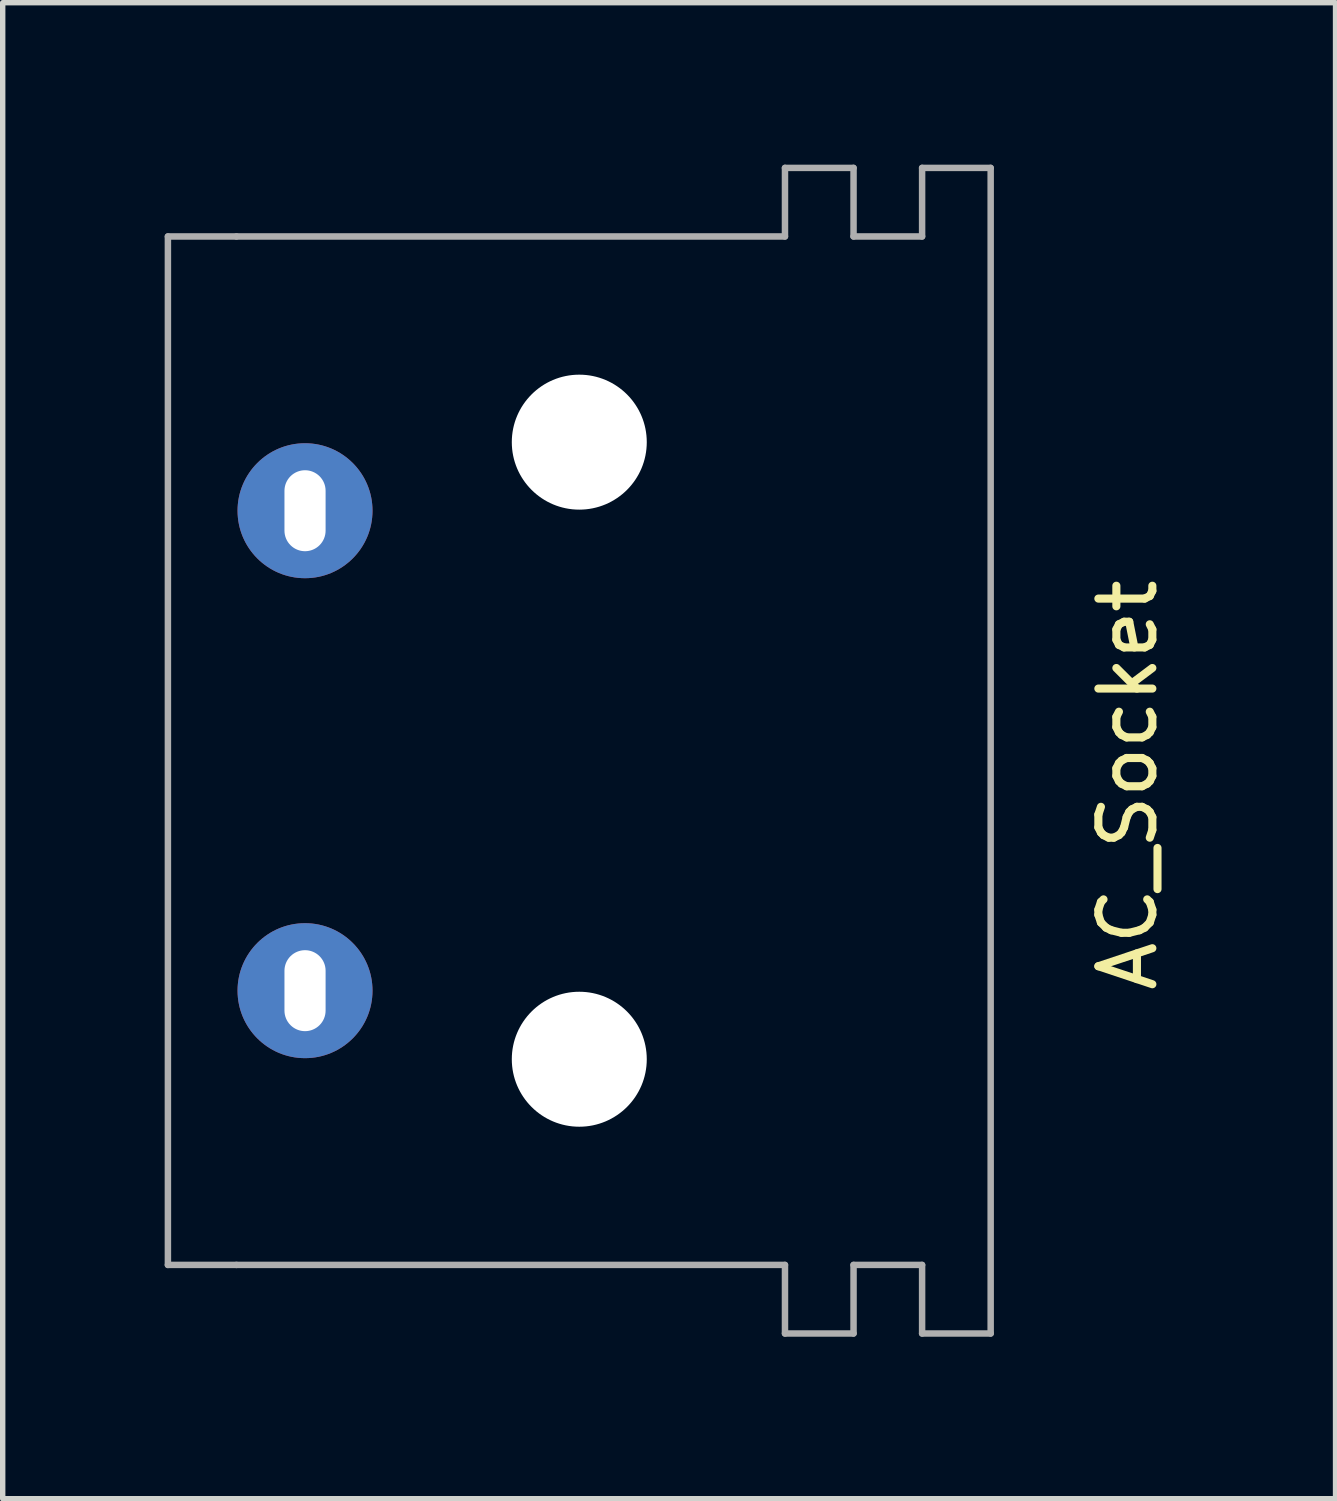
<source format=kicad_pcb>
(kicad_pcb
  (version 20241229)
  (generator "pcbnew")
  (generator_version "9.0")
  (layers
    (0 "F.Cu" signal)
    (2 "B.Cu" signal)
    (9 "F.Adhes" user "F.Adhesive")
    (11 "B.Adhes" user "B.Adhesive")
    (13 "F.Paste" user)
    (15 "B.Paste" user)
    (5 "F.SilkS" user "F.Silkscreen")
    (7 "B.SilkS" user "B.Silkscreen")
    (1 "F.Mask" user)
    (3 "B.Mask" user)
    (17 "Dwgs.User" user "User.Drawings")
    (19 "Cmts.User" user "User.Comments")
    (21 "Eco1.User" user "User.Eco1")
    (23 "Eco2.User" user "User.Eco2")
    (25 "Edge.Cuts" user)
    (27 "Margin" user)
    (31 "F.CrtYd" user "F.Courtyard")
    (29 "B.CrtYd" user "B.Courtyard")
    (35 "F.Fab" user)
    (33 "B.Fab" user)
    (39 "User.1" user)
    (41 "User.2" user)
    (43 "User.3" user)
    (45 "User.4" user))
  (footprint "AC_Socket"
    (layer "F.Cu")
    (at 8.95 11.49)
    (property "Reference" "AC_Socket" (at 8.89 0 270) (layer "F.SilkS") (effects (font (size 1 1) (thickness 0.15))))
    (attr through_hole)
    (fp_line (start -8.89 -10.16) (end -7.62 -10.16) (stroke (width 0.12) (type solid)) (layer "F.Fab"))
    (fp_line (start -8.89 8.89) (end -8.89 -10.16) (stroke (width 0.12) (type solid)) (layer "F.Fab"))
    (fp_line (start -7.62 -10.16) (end 2.54 -10.16) (stroke (width 0.12) (type solid)) (layer "F.Fab"))
    (fp_line (start -7.62 8.89) (end -8.89 8.89) (stroke (width 0.12) (type solid)) (layer "F.Fab"))
    (fp_line (start -7.62 8.89) (end 2.54 8.89) (stroke (width 0.12) (type solid)) (layer "F.Fab"))
    (fp_line (start 2.54 -11.43) (end 3.81 -11.43) (stroke (width 0.12) (type solid)) (layer "F.Fab"))
    (fp_line (start 2.54 -10.16) (end 2.54 -11.43) (stroke (width 0.12) (type solid)) (layer "F.Fab"))
    (fp_line (start 2.54 8.89) (end 2.54 10.16) (stroke (width 0.12) (type solid)) (layer "F.Fab"))
    (fp_line (start 2.54 10.16) (end 3.81 10.16) (stroke (width 0.12) (type solid)) (layer "F.Fab"))
    (fp_line (start 3.81 -11.43) (end 3.81 -10.16) (stroke (width 0.12) (type solid)) (layer "F.Fab"))
    (fp_line (start 3.81 -10.16) (end 5.08 -10.16) (stroke (width 0.12) (type solid)) (layer "F.Fab"))
    (fp_line (start 3.81 8.89) (end 5.08 8.89) (stroke (width 0.12) (type solid)) (layer "F.Fab"))
    (fp_line (start 3.81 10.16) (end 3.81 8.89) (stroke (width 0.12) (type solid)) (layer "F.Fab"))
    (fp_line (start 5.08 -11.43) (end 6.35 -11.43) (stroke (width 0.12) (type solid)) (layer "F.Fab"))
    (fp_line (start 5.08 -10.16) (end 5.08 -11.43) (stroke (width 0.12) (type solid)) (layer "F.Fab"))
    (fp_line (start 5.08 8.89) (end 5.08 10.16) (stroke (width 0.12) (type solid)) (layer "F.Fab"))
    (fp_line (start 5.08 10.16) (end 6.35 10.16) (stroke (width 0.12) (type solid)) (layer "F.Fab"))
    (fp_line (start 6.35 -11.43) (end 6.35 10.16) (stroke (width 0.12) (type solid)) (layer "F.Fab"))
    (pad "" np_thru_hole circle (at -1.27 -6.35) (size 2.5 2.5) (drill 2.5) (layers "*.Cu" "*.Mask"))
    (pad "" np_thru_hole circle (at -1.27 5.08) (size 2.5 2.5) (drill 2.5) (layers "*.Cu" "*.Mask"))
    (pad "L" thru_hole circle (at -6.35 3.81 90) (size 2.5 2.5) (drill oval 1.5 0.762) (layers "*.Cu" "*.Mask"))
    (pad "N" thru_hole circle (at -6.35 -5.08 90) (size 2.5 2.5) (drill oval 1.5 0.762) (layers "*.Cu" "*.Mask")))
  (gr_rect
    (start -3 -3)
    (end 21.688 24.71)
    (stroke (width 0.1) (type default))
    (fill no)
    (layer "Edge.Cuts")))
</source>
